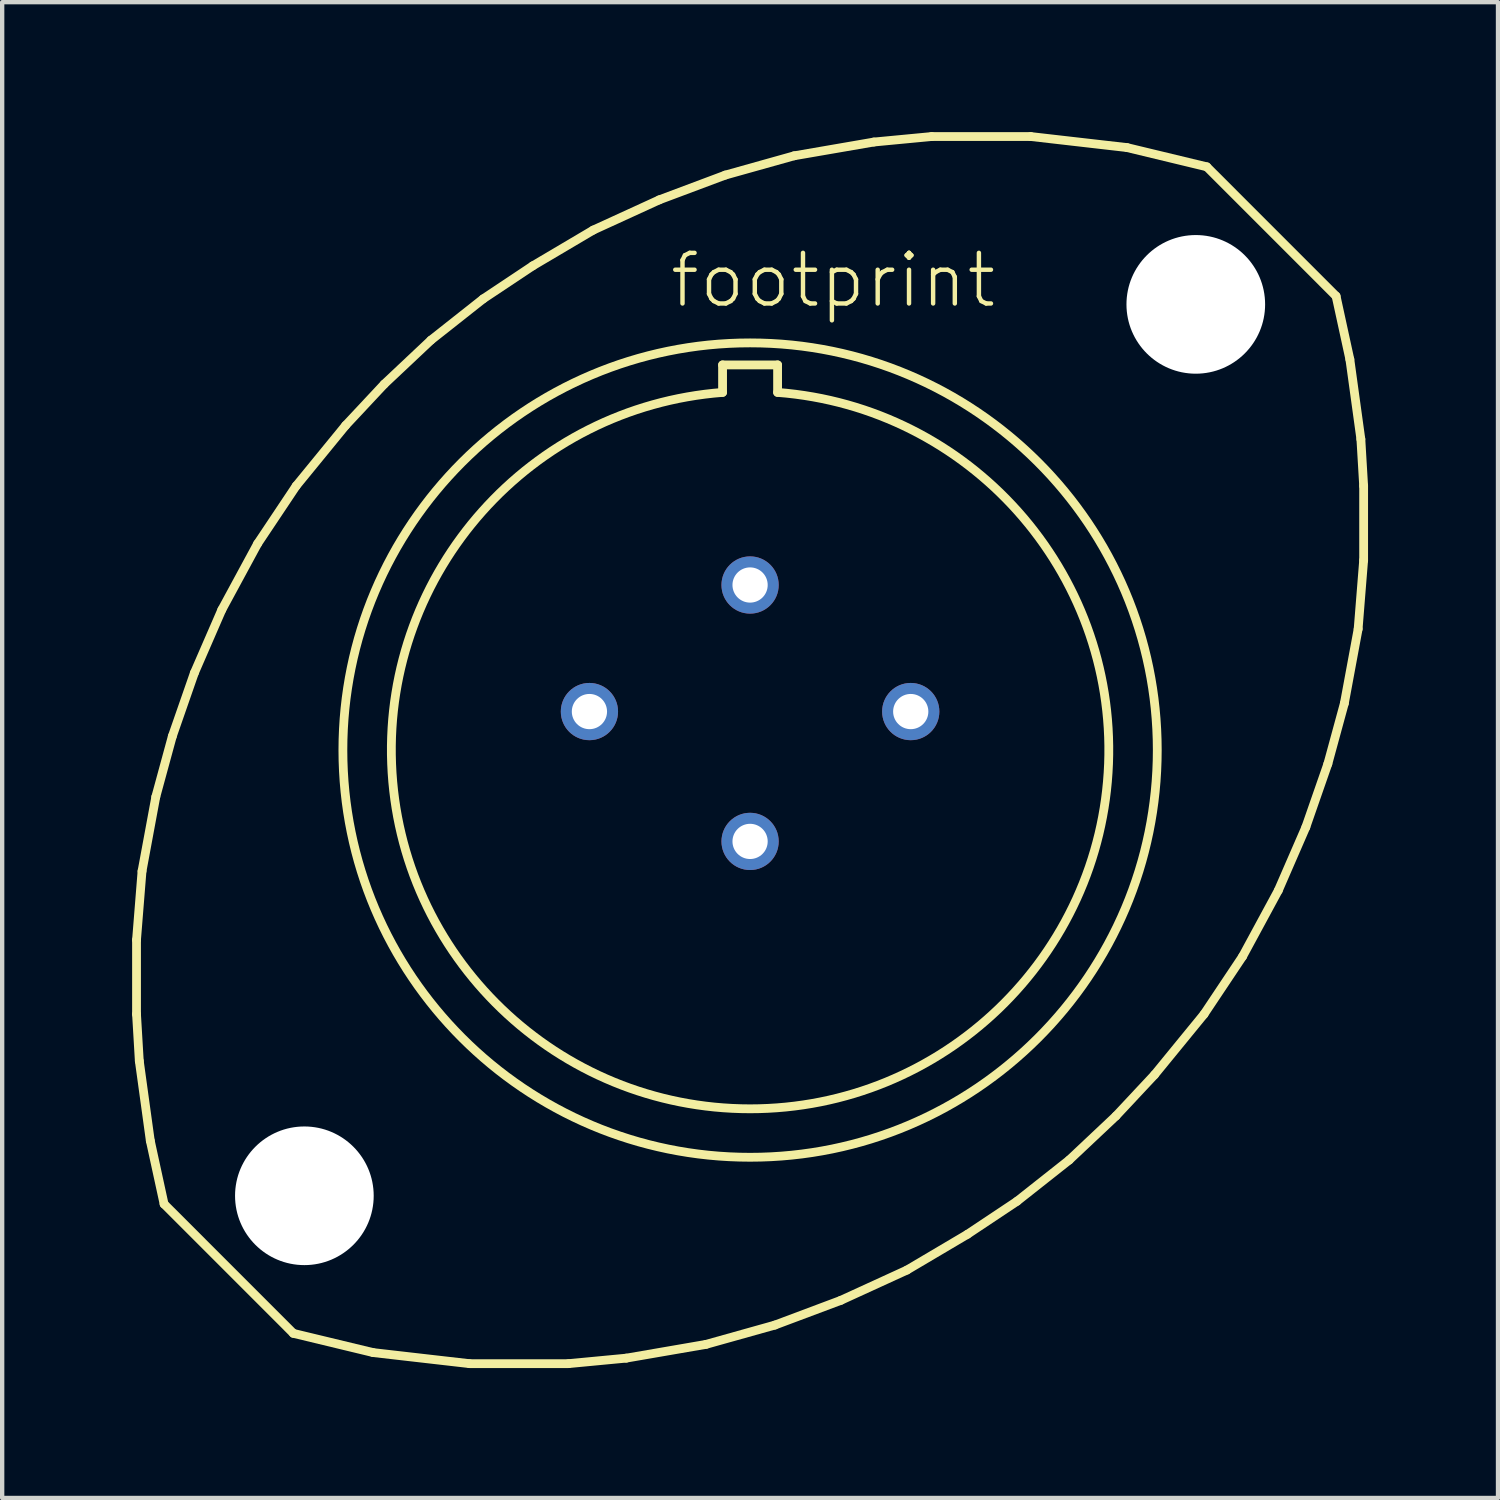
<source format=kicad_pcb>
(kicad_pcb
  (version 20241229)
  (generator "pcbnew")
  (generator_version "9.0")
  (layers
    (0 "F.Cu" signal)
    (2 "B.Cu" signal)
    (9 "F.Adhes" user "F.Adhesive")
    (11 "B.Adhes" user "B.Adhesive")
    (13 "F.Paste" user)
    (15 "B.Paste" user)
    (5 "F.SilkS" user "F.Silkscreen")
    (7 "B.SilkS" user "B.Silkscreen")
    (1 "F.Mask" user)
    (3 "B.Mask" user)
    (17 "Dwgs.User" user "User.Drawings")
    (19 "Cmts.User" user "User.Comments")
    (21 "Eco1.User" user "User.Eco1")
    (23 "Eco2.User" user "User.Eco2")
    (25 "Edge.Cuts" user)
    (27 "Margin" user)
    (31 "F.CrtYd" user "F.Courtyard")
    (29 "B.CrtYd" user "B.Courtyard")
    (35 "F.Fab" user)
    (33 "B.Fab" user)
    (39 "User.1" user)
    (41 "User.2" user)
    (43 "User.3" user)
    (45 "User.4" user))
  (footprint "footprint"
    (layer "F.Cu")
    (at 14.262 14.262)
    (property "Reference" "footprint" (at -1.905 -10.16 0) (layer "F.SilkS") (effects (font (size 1.168 1.168) (thickness 0.102)) (justify left bottom)))
    (fp_line (start -14.161 4.381) (end -14.034 2.794) (stroke (width 0.203) (type solid)) (layer "F.SilkS"))
    (fp_line (start -14.161 6.096) (end -14.161 4.381) (stroke (width 0.203) (type solid)) (layer "F.SilkS"))
    (fp_line (start -14.097 7.176) (end -14.161 6.096) (stroke (width 0.203) (type solid)) (layer "F.SilkS"))
    (fp_line (start -14.034 2.794) (end -13.716 1.079) (stroke (width 0.203) (type solid)) (layer "F.SilkS"))
    (fp_line (start -13.843 9.017) (end -14.097 7.176) (stroke (width 0.203) (type solid)) (layer "F.SilkS"))
    (fp_line (start -13.716 1.079) (end -13.335 -0.318) (stroke (width 0.203) (type solid)) (layer "F.SilkS"))
    (fp_line (start -13.525 10.477) (end -13.843 9.017) (stroke (width 0.203) (type solid)) (layer "F.SilkS"))
    (fp_line (start -13.525 10.477) (end -10.541 13.462) (stroke (width 0.203) (type solid)) (layer "F.SilkS"))
    (fp_line (start -13.335 -0.318) (end -12.827 -1.778) (stroke (width 0.203) (type solid)) (layer "F.SilkS"))
    (fp_line (start -12.827 -1.778) (end -12.192 -3.239) (stroke (width 0.203) (type solid)) (layer "F.SilkS"))
    (fp_line (start -12.192 -3.239) (end -11.367 -4.763) (stroke (width 0.203) (type solid)) (layer "F.SilkS"))
    (fp_line (start -11.367 -4.763) (end -10.477 -6.096) (stroke (width 0.203) (type solid)) (layer "F.SilkS"))
    (fp_line (start -10.477 -6.096) (end -9.335 -7.493) (stroke (width 0.203) (type solid)) (layer "F.SilkS"))
    (fp_line (start -9.335 -7.493) (end -8.445 -8.445) (stroke (width 0.203) (type solid)) (layer "F.SilkS"))
    (fp_line (start -8.7 13.906) (end -10.541 13.462) (stroke (width 0.203) (type solid)) (layer "F.SilkS"))
    (fp_line (start -8.445 -8.445) (end -7.366 -9.461) (stroke (width 0.203) (type solid)) (layer "F.SilkS"))
    (fp_line (start -7.366 -9.461) (end -6.16 -10.414) (stroke (width 0.203) (type solid)) (layer "F.SilkS"))
    (fp_line (start -6.477 14.161) (end -8.7 13.906) (stroke (width 0.203) (type solid)) (layer "F.SilkS"))
    (fp_line (start -6.16 -10.414) (end -5.016 -11.176) (stroke (width 0.203) (type solid)) (layer "F.SilkS"))
    (fp_line (start -5.016 -11.176) (end -3.619 -12.002) (stroke (width 0.203) (type solid)) (layer "F.SilkS"))
    (fp_line (start -4.191 14.161) (end -6.477 14.161) (stroke (width 0.203) (type solid)) (layer "F.SilkS"))
    (fp_line (start -3.619 -12.002) (end -2.095 -12.7) (stroke (width 0.203) (type solid)) (layer "F.SilkS"))
    (fp_line (start -2.857 14.034) (end -4.191 14.161) (stroke (width 0.203) (type solid)) (layer "F.SilkS"))
    (fp_line (start -2.095 -12.7) (end -0.572 -13.271) (stroke (width 0.203) (type solid)) (layer "F.SilkS"))
    (fp_line (start -1.016 13.716) (end -2.857 14.034) (stroke (width 0.203) (type solid)) (layer "F.SilkS"))
    (fp_line (start -0.635 -8.89) (end 0.635 -8.89) (stroke (width 0.203) (type solid)) (layer "F.SilkS"))
    (fp_line (start -0.635 -8.255) (end -0.635 -8.89) (stroke (width 0.203) (type solid)) (layer "F.SilkS"))
    (fp_line (start -0.572 -13.271) (end 1.016 -13.716) (stroke (width 0.203) (type solid)) (layer "F.SilkS"))
    (fp_line (start 0.572 13.271) (end -1.016 13.716) (stroke (width 0.203) (type solid)) (layer "F.SilkS"))
    (fp_line (start 0.635 -8.89) (end 0.635 -8.255) (stroke (width 0.203) (type solid)) (layer "F.SilkS"))
    (fp_line (start 1.016 -13.716) (end 2.857 -14.034) (stroke (width 0.203) (type solid)) (layer "F.SilkS"))
    (fp_line (start 2.095 12.7) (end 0.572 13.271) (stroke (width 0.203) (type solid)) (layer "F.SilkS"))
    (fp_line (start 2.857 -14.034) (end 4.191 -14.161) (stroke (width 0.203) (type solid)) (layer "F.SilkS"))
    (fp_line (start 3.619 12.002) (end 2.095 12.7) (stroke (width 0.203) (type solid)) (layer "F.SilkS"))
    (fp_line (start 4.191 -14.161) (end 6.477 -14.161) (stroke (width 0.203) (type solid)) (layer "F.SilkS"))
    (fp_line (start 5.016 11.176) (end 3.619 12.002) (stroke (width 0.203) (type solid)) (layer "F.SilkS"))
    (fp_line (start 6.16 10.414) (end 5.016 11.176) (stroke (width 0.203) (type solid)) (layer "F.SilkS"))
    (fp_line (start 6.477 -14.161) (end 8.7 -13.906) (stroke (width 0.203) (type solid)) (layer "F.SilkS"))
    (fp_line (start 7.366 9.461) (end 6.16 10.414) (stroke (width 0.203) (type solid)) (layer "F.SilkS"))
    (fp_line (start 8.445 8.445) (end 7.366 9.461) (stroke (width 0.203) (type solid)) (layer "F.SilkS"))
    (fp_line (start 8.7 -13.906) (end 10.541 -13.462) (stroke (width 0.203) (type solid)) (layer "F.SilkS"))
    (fp_line (start 9.335 7.493) (end 8.445 8.445) (stroke (width 0.203) (type solid)) (layer "F.SilkS"))
    (fp_line (start 10.477 6.096) (end 9.335 7.493) (stroke (width 0.203) (type solid)) (layer "F.SilkS"))
    (fp_line (start 11.367 4.763) (end 10.477 6.096) (stroke (width 0.203) (type solid)) (layer "F.SilkS"))
    (fp_line (start 12.192 3.239) (end 11.367 4.763) (stroke (width 0.203) (type solid)) (layer "F.SilkS"))
    (fp_line (start 12.827 1.778) (end 12.192 3.239) (stroke (width 0.203) (type solid)) (layer "F.SilkS"))
    (fp_line (start 13.335 0.318) (end 12.827 1.778) (stroke (width 0.203) (type solid)) (layer "F.SilkS"))
    (fp_line (start 13.525 -10.477) (end 10.541 -13.462) (stroke (width 0.203) (type solid)) (layer "F.SilkS"))
    (fp_line (start 13.525 -10.477) (end 13.843 -9.017) (stroke (width 0.203) (type solid)) (layer "F.SilkS"))
    (fp_line (start 13.716 -1.079) (end 13.335 0.318) (stroke (width 0.203) (type solid)) (layer "F.SilkS"))
    (fp_line (start 13.843 -9.017) (end 14.097 -7.176) (stroke (width 0.203) (type solid)) (layer "F.SilkS"))
    (fp_line (start 14.034 -2.794) (end 13.716 -1.079) (stroke (width 0.203) (type solid)) (layer "F.SilkS"))
    (fp_line (start 14.097 -7.176) (end 14.161 -6.096) (stroke (width 0.203) (type solid)) (layer "F.SilkS"))
    (fp_line (start 14.161 -6.096) (end 14.161 -4.381) (stroke (width 0.203) (type solid)) (layer "F.SilkS"))
    (fp_line (start 14.161 -4.381) (end 14.034 -2.794) (stroke (width 0.203) (type solid)) (layer "F.SilkS"))
    (fp_arc (start 0.635 -8.255) (mid 0 8.279387) (end -0.635 -8.255) (stroke (width 0.2032) (type solid)) (layer "F.SilkS"))
    (fp_circle (center 0 0) (end 9.398 0) (stroke (width 0.203) (type solid)) (fill no) (layer "F.SilkS"))
    (pad "" np_thru_hole circle (at -10.287 10.287) (size 3.2 3.2) (drill 3.2) (layers "*.Cu" "*.Mask"))
    (pad "" np_thru_hole circle (at 10.287 -10.287) (size 3.2 3.2) (drill 3.2) (layers "*.Cu" "*.Mask"))
    (pad "A" thru_hole circle (at 0 -3.81) (size 1.321 1.321) (drill 0.813) (layers "*.Cu" "*.Mask"))
    (pad "B" thru_hole circle (at 3.708 -0.889) (size 1.321 1.321) (drill 0.813) (layers "*.Cu" "*.Mask"))
    (pad "C" thru_hole circle (at 0 2.108) (size 1.321 1.321) (drill 0.813) (layers "*.Cu" "*.Mask"))
    (pad "D" thru_hole circle (at -3.708 -0.889) (size 1.321 1.321) (drill 0.813) (layers "*.Cu" "*.Mask")))
  (gr_rect
    (start -3 -3)
    (end 31.524 31.524)
    (stroke (width 0.1) (type default))
    (fill no)
    (layer "Edge.Cuts")))
</source>
